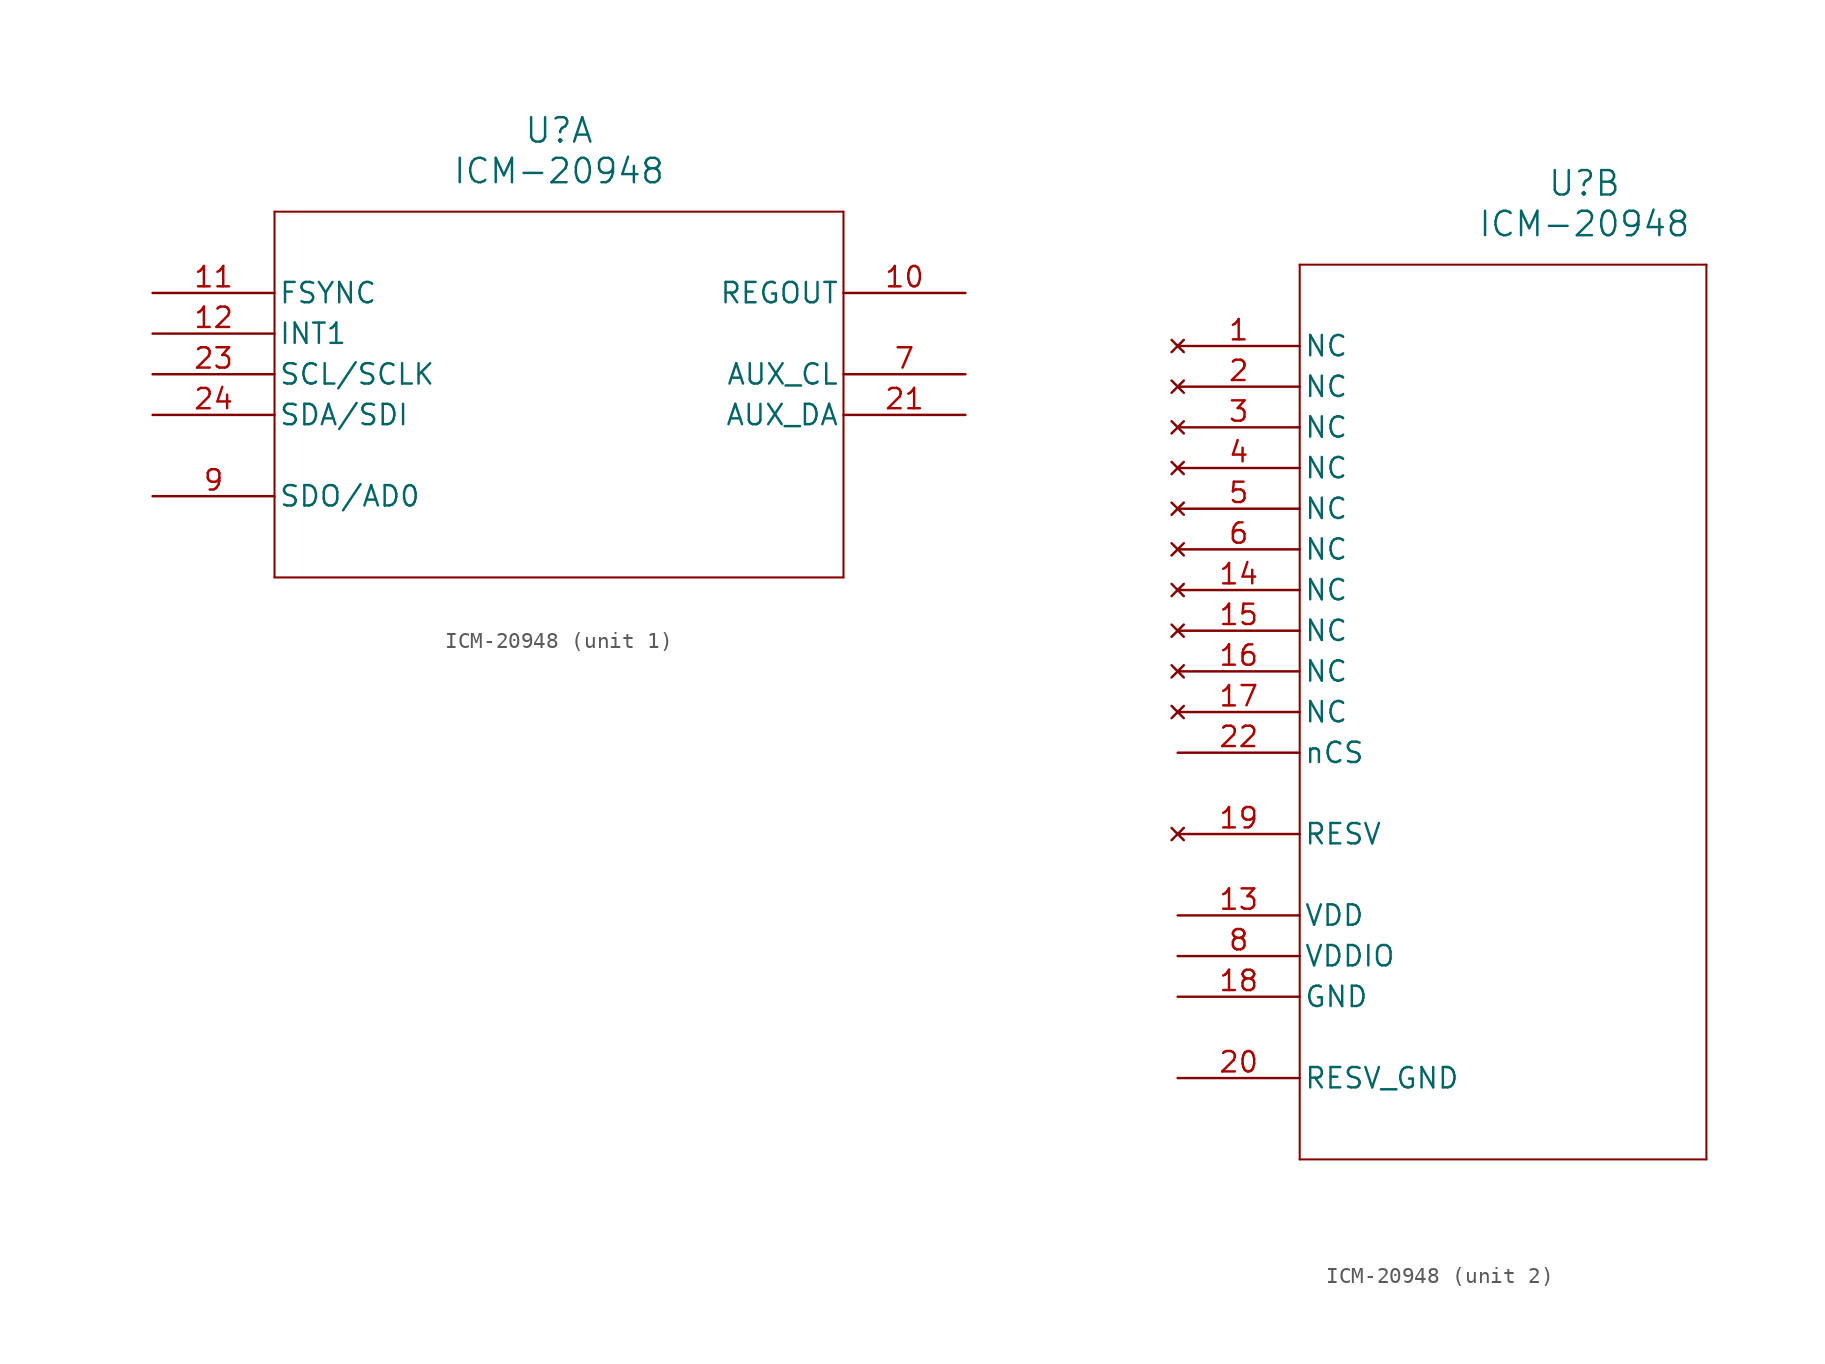
<source format=kicad_sym>
(kicad_symbol_lib
  (version 20211014)
  (generator kicad_symbol_editor)
  (symbol "ICM-20948"
    (pin_names
      (offset 0.254))
    (property "Reference" "U"
      (at 25.4 10.16 0)
      (effects (font (size 1.524 1.524))))
    (property "Value" "ICM-20948"
      (at 25.4 7.62 0)
      (effects (font (size 1.524 1.524))))
    (symbol "ICM-20948_1_1"
      (polyline (pts (xy 7.62 5.08) (xy 7.62 -17.78)) (stroke (width 0.127) (type default) (color 0 0 0 0)) (fill (type none)))
      (polyline (pts (xy 7.62 -17.78) (xy 43.18 -17.78)) (stroke (width 0.127) (type default) (color 0 0 0 0)) (fill (type none)))
      (polyline (pts (xy 43.18 -17.78) (xy 43.18 5.08)) (stroke (width 0.127) (type default) (color 0 0 0 0)) (fill (type none)))
      (polyline (pts (xy 43.18 5.08) (xy 7.62 5.08)) (stroke (width 0.127) (type default) (color 0 0 0 0)) (fill (type none)))
      (pin unspecified line (at 50.8 -5.08 180) (length 7.62) (name "AUX_CL" (effects (font (size 1.27 1.27)))) (number "7" (effects (font (size 1.27 1.27)))))
      (pin bidirectional line (at 0 -12.7 0) (length 7.62) (name "SDO/AD0" (effects (font (size 1.27 1.27)))) (number "9" (effects (font (size 1.27 1.27)))))
      (pin output line (at 50.8 0 180) (length 7.62) (name "REGOUT" (effects (font (size 1.27 1.27)))) (number "10" (effects (font (size 1.27 1.27)))))
      (pin input line (at 0 0 0) (length 7.62) (name "FSYNC" (effects (font (size 1.27 1.27)))) (number "11" (effects (font (size 1.27 1.27)))))
      (pin output line (at 0 -2.54 0) (length 7.62) (name "INT1" (effects (font (size 1.27 1.27)))) (number "12" (effects (font (size 1.27 1.27)))))
      (pin unspecified line (at 50.8 -7.62 180) (length 7.62) (name "AUX_DA" (effects (font (size 1.27 1.27)))) (number "21" (effects (font (size 1.27 1.27)))))
      (pin input line (at 0 -5.08 0) (length 7.62) (name "SCL/SCLK" (effects (font (size 1.27 1.27)))) (number "23" (effects (font (size 1.27 1.27)))))
      (pin input line (at 0 -7.62 0) (length 7.62) (name "SDA/SDI" (effects (font (size 1.27 1.27)))) (number "24" (effects (font (size 1.27 1.27))))))
    (symbol "ICM-20948_2_1"
      (polyline (pts (xy 7.62 5.08) (xy 7.62 -50.8)) (stroke (width 0.127) (type default) (color 0 0 0 0)) (fill (type none)))
      (polyline (pts (xy 7.62 -50.8) (xy 33.02 -50.8)) (stroke (width 0.127) (type default) (color 0 0 0 0)) (fill (type none)))
      (polyline (pts (xy 33.02 -50.8) (xy 33.02 5.08)) (stroke (width 0.127) (type default) (color 0 0 0 0)) (fill (type none)))
      (polyline (pts (xy 33.02 5.08) (xy 7.62 5.08)) (stroke (width 0.127) (type default) (color 0 0 0 0)) (fill (type none)))
      (pin no_connect line (at 0 0 0) (length 7.62) (name "NC" (effects (font (size 1.27 1.27)))) (number "1" (effects (font (size 1.27 1.27)))))
      (pin no_connect line (at 0 -2.54 0) (length 7.62) (name "NC" (effects (font (size 1.27 1.27)))) (number "2" (effects (font (size 1.27 1.27)))))
      (pin no_connect line (at 0 -5.08 0) (length 7.62) (name "NC" (effects (font (size 1.27 1.27)))) (number "3" (effects (font (size 1.27 1.27)))))
      (pin no_connect line (at 0 -7.62 0) (length 7.62) (name "NC" (effects (font (size 1.27 1.27)))) (number "4" (effects (font (size 1.27 1.27)))))
      (pin no_connect line (at 0 -10.16 0) (length 7.62) (name "NC" (effects (font (size 1.27 1.27)))) (number "5" (effects (font (size 1.27 1.27)))))
      (pin no_connect line (at 0 -12.7 0) (length 7.62) (name "NC" (effects (font (size 1.27 1.27)))) (number "6" (effects (font (size 1.27 1.27)))))
      (pin power_in line (at 0 -38.1 0) (length 7.62) (name "VDDIO" (effects (font (size 1.27 1.27)))) (number "8" (effects (font (size 1.27 1.27)))))
      (pin power_in line (at 0 -35.56 0) (length 7.62) (name "VDD" (effects (font (size 1.27 1.27)))) (number "13" (effects (font (size 1.27 1.27)))))
      (pin no_connect line (at 0 -15.24 0) (length 7.62) (name "NC" (effects (font (size 1.27 1.27)))) (number "14" (effects (font (size 1.27 1.27)))))
      (pin no_connect line (at 0 -17.78 0) (length 7.62) (name "NC" (effects (font (size 1.27 1.27)))) (number "15" (effects (font (size 1.27 1.27)))))
      (pin no_connect line (at 0 -20.32 0) (length 7.62) (name "NC" (effects (font (size 1.27 1.27)))) (number "16" (effects (font (size 1.27 1.27)))))
      (pin no_connect line (at 0 -22.86 0) (length 7.62) (name "NC" (effects (font (size 1.27 1.27)))) (number "17" (effects (font (size 1.27 1.27)))))
      (pin power_out line (at 0 -40.64 0) (length 7.62) (name "GND" (effects (font (size 1.27 1.27)))) (number "18" (effects (font (size 1.27 1.27)))))
      (pin no_connect line (at 0 -30.48 0) (length 7.62) (name "RESV" (effects (font (size 1.27 1.27)))) (number "19" (effects (font (size 1.27 1.27)))))
      (pin power_out line (at 0 -45.72 0) (length 7.62) (name "RESV_GND" (effects (font (size 1.27 1.27)))) (number "20" (effects (font (size 1.27 1.27)))))
      (pin input line (at 0 -25.4 0) (length 7.62) (name "nCS" (effects (font (size 1.27 1.27)))) (number "22" (effects (font (size 1.27 1.27))))))))
</source>
